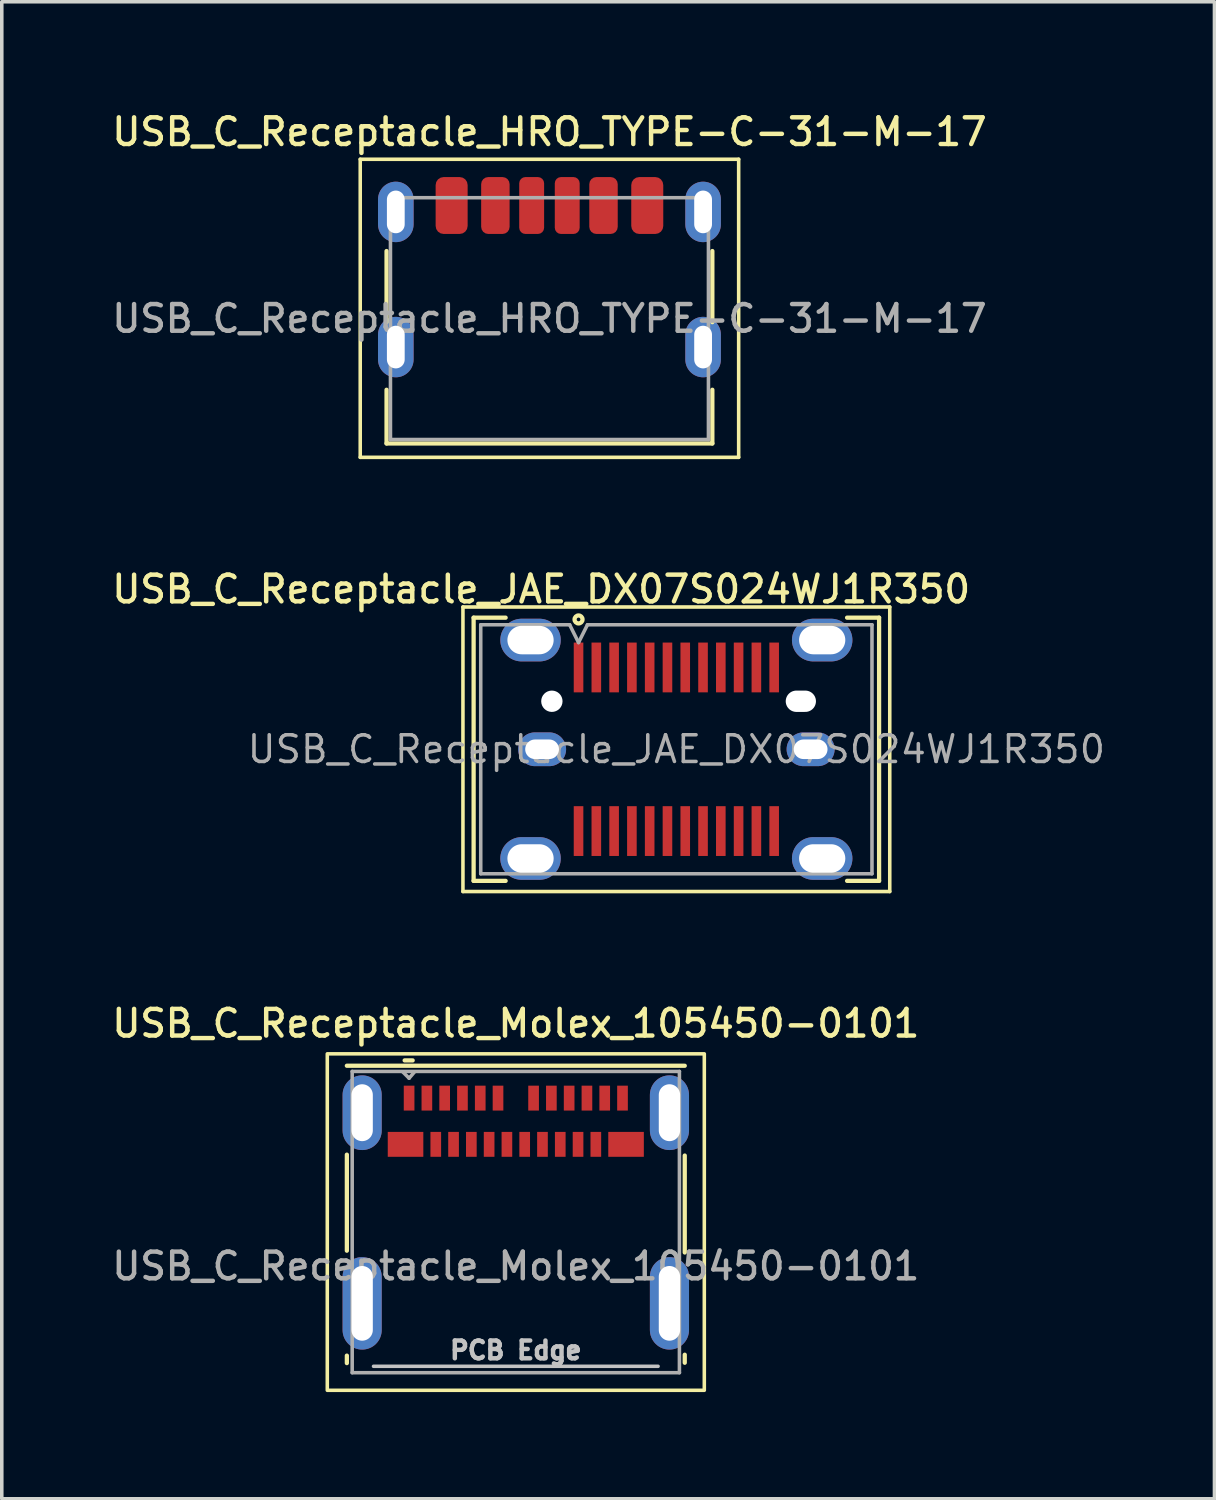
<source format=kicad_pcb>
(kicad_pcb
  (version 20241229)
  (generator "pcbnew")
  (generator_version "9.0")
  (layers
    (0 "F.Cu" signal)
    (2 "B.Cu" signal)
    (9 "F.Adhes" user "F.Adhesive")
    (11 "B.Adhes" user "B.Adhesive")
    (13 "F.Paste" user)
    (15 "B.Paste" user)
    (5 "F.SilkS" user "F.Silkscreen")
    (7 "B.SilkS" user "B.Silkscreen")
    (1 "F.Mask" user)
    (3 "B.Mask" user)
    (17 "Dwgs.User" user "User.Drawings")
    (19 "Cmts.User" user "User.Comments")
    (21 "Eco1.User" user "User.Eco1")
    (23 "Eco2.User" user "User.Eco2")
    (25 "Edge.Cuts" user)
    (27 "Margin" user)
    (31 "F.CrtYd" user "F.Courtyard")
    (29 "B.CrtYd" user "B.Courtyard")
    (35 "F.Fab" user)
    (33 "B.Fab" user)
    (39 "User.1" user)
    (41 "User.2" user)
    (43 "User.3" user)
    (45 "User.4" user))
  (footprint "USB_C_Receptacle_JAE_DX07S024WJ1R350"
    (layer "F.Cu")
    (at 15.966 18.016)
    (property "Reference" "USB_C_Receptacle_JAE_DX07S024WJ1R350" (at -3.8 -4.5 0) (layer "F.SilkS") (effects (font (size 0.75 0.75) (thickness 0.125))))
    (attr smd)
    (fp_line (start -6 -4) (end 6 -4) (stroke (width 0.1) (type solid)) (layer "F.SilkS"))
    (fp_line (start -6 4) (end -6 -4) (stroke (width 0.1) (type solid)) (layer "F.SilkS"))
    (fp_line (start -5.7 -3.7) (end -5.7 3.7) (stroke (width 0.12) (type solid)) (layer "F.SilkS"))
    (fp_line (start -5.7 -3.7) (end -4.8 -3.7) (stroke (width 0.12) (type solid)) (layer "F.SilkS"))
    (fp_line (start -5.7 3.7) (end -4.8 3.7) (stroke (width 0.12) (type solid)) (layer "F.SilkS"))
    (fp_line (start 4.8 -3.7) (end 5.7 -3.7) (stroke (width 0.12) (type solid)) (layer "F.SilkS"))
    (fp_line (start 4.8 3.7) (end 5.7 3.7) (stroke (width 0.12) (type solid)) (layer "F.SilkS"))
    (fp_line (start 5.7 -3.7) (end 5.7 3.7) (stroke (width 0.12) (type solid)) (layer "F.SilkS"))
    (fp_line (start 6 -4) (end 6 4) (stroke (width 0.1) (type solid)) (layer "F.SilkS"))
    (fp_line (start 6 4) (end -6 4) (stroke (width 0.1) (type solid)) (layer "F.SilkS"))
    (fp_circle (center -2.75 -3.65) (end -2.638 -3.65) (stroke (width 0.12) (type solid)) (fill no) (layer "F.SilkS"))
    (fp_line (start -5.5 -3.5) (end -3 -3.5) (stroke (width 0.1) (type solid)) (layer "F.Fab"))
    (fp_line (start -5.5 3.5) (end -5.5 -3.5) (stroke (width 0.1) (type solid)) (layer "F.Fab"))
    (fp_line (start -5.5 3.5) (end 5.5 3.5) (stroke (width 0.1) (type solid)) (layer "F.Fab"))
    (fp_line (start -3 -3.5) (end -2.75 -3) (stroke (width 0.1) (type solid)) (layer "F.Fab"))
    (fp_line (start -2.75 -3) (end -2.5 -3.5) (stroke (width 0.1) (type solid)) (layer "F.Fab"))
    (fp_line (start 5.5 -3.5) (end -2.5 -3.5) (stroke (width 0.1) (type solid)) (layer "F.Fab"))
    (fp_line (start 5.5 3.5) (end 5.5 -3.5) (stroke (width 0.1) (type solid)) (layer "F.Fab"))
    (fp_text user "${REFERENCE}" (at 0 0 0) (layer "F.Fab") (effects (font (size 0.75 0.75) (thickness 0.1))))
    (pad "" np_thru_hole circle (at -3.5 -1.35) (size 0.6 0.6) (drill 0.6) (layers "*.Cu" "*.Mask"))
    (pad "" np_thru_hole oval (at 3.5 -1.35) (size 0.85 0.6) (drill oval 0.85 0.6) (layers "*.Cu" "*.Mask"))
    (pad "A1" smd rect (at -2.75 -2.3) (size 0.27 1.4) (layers "F.Cu" "F.Mask" "F.Paste"))
    (pad "A2" smd rect (at -2.25 -2.3) (size 0.27 1.4) (layers "F.Cu" "F.Mask" "F.Paste"))
    (pad "A3" smd rect (at -1.75 -2.3) (size 0.27 1.4) (layers "F.Cu" "F.Mask" "F.Paste"))
    (pad "A4" smd rect (at -1.25 -2.3) (size 0.27 1.4) (layers "F.Cu" "F.Mask" "F.Paste"))
    (pad "A5" smd rect (at -0.75 -2.3) (size 0.27 1.4) (layers "F.Cu" "F.Mask" "F.Paste"))
    (pad "A6" smd rect (at -0.25 -2.3) (size 0.27 1.4) (layers "F.Cu" "F.Mask" "F.Paste"))
    (pad "A7" smd rect (at 0.25 -2.3) (size 0.27 1.4) (layers "F.Cu" "F.Mask" "F.Paste"))
    (pad "A8" smd rect (at 0.75 -2.3) (size 0.27 1.4) (layers "F.Cu" "F.Mask" "F.Paste"))
    (pad "A9" smd rect (at 1.25 -2.3) (size 0.27 1.4) (layers "F.Cu" "F.Mask" "F.Paste"))
    (pad "A10" smd rect (at 1.75 -2.3) (size 0.27 1.4) (layers "F.Cu" "F.Mask" "F.Paste"))
    (pad "A11" smd rect (at 2.25 -2.3) (size 0.27 1.4) (layers "F.Cu" "F.Mask" "F.Paste"))
    (pad "A12" smd rect (at 2.75 -2.3) (size 0.27 1.4) (layers "F.Cu" "F.Mask" "F.Paste"))
    (pad "B1" smd rect (at 2.75 2.3) (size 0.27 1.4) (layers "F.Cu" "F.Mask" "F.Paste"))
    (pad "B2" smd rect (at 2.25 2.3) (size 0.27 1.4) (layers "F.Cu" "F.Mask" "F.Paste"))
    (pad "B3" smd rect (at 1.75 2.3) (size 0.27 1.4) (layers "F.Cu" "F.Mask" "F.Paste"))
    (pad "B4" smd rect (at 1.25 2.3) (size 0.27 1.4) (layers "F.Cu" "F.Mask" "F.Paste"))
    (pad "B5" smd rect (at 0.75 2.3) (size 0.27 1.4) (layers "F.Cu" "F.Mask" "F.Paste"))
    (pad "B6" smd rect (at 0.25 2.3) (size 0.27 1.4) (layers "F.Cu" "F.Mask" "F.Paste"))
    (pad "B7" smd rect (at -0.25 2.3) (size 0.27 1.4) (layers "F.Cu" "F.Mask" "F.Paste"))
    (pad "B8" smd rect (at -0.75 2.3) (size 0.27 1.4) (layers "F.Cu" "F.Mask" "F.Paste"))
    (pad "B9" smd rect (at -1.25 2.3) (size 0.27 1.4) (layers "F.Cu" "F.Mask" "F.Paste"))
    (pad "B10" smd rect (at -1.75 2.3) (size 0.27 1.4) (layers "F.Cu" "F.Mask" "F.Paste"))
    (pad "B11" smd rect (at -2.25 2.3) (size 0.27 1.4) (layers "F.Cu" "F.Mask" "F.Paste"))
    (pad "B12" smd rect (at -2.75 2.3) (size 0.27 1.4) (layers "F.Cu" "F.Mask" "F.Paste"))
    (pad "S1" thru_hole oval (at -4.1 -3.07 90) (size 1.2 1.7) (drill oval 0.8 1.3) (layers "*.Cu" "*.Mask"))
    (pad "S1" thru_hole oval (at -4.1 3.07 90) (size 1.2 1.7) (drill oval 0.8 1.3) (layers "*.Cu" "*.Mask"))
    (pad "S1" thru_hole oval (at -3.775 0 90) (size 0.95 1.35) (drill oval 0.55 0.95) (layers "*.Cu" "*.Mask"))
    (pad "S1" thru_hole oval (at 3.775 0 90) (size 0.95 1.35) (drill oval 0.55 0.95) (layers "*.Cu" "*.Mask"))
    (pad "S1" thru_hole oval (at 4.1 -3.07 90) (size 1.2 1.7) (drill oval 0.8 1.3) (layers "*.Cu" "*.Mask"))
    (pad "S1" thru_hole oval (at 4.1 3.07 90) (size 1.2 1.7) (drill oval 0.8 1.3) (layers "*.Cu" "*.Mask")))
  (footprint "USB_C_Receptacle_HRO_TYPE-C-31-M-17"
    (layer "F.Cu")
    (at 12.398 5.908)
    (property "Reference" "USB_C_Receptacle_HRO_TYPE-C-31-M-17" (at 0 -5.25 0) (layer "F.SilkS") (effects (font (size 0.75 0.75) (thickness 0.125))))
    (attr smd)
    (fp_line (start -5.32 -4.48) (end -5.32 3.9) (stroke (width 0.1) (type solid)) (layer "F.SilkS"))
    (fp_line (start -5.32 -4.48) (end 5.32 -4.48) (stroke (width 0.1) (type solid)) (layer "F.SilkS"))
    (fp_line (start -5.32 3.9) (end 5.32 3.9) (stroke (width 0.1) (type solid)) (layer "F.SilkS"))
    (fp_line (start -4.58 -1.9) (end -4.58 0.1) (stroke (width 0.12) (type solid)) (layer "F.SilkS"))
    (fp_line (start -4.58 2) (end -4.58 3.51) (stroke (width 0.12) (type solid)) (layer "F.SilkS"))
    (fp_line (start -4.58 3.51) (end 4.58 3.51) (stroke (width 0.12) (type solid)) (layer "F.SilkS"))
    (fp_line (start 4.58 -1.9) (end 4.58 0.1) (stroke (width 0.12) (type solid)) (layer "F.SilkS"))
    (fp_line (start 4.58 2) (end 4.58 3.51) (stroke (width 0.12) (type solid)) (layer "F.SilkS"))
    (fp_line (start 5.32 -4.48) (end 5.32 3.9) (stroke (width 0.1) (type solid)) (layer "F.SilkS"))
    (fp_line (start -4.47 -3.4) (end -4.47 3.4) (stroke (width 0.1) (type solid)) (layer "F.Fab"))
    (fp_line (start -4.47 -3.4) (end 4.47 -3.4) (stroke (width 0.1) (type solid)) (layer "F.Fab"))
    (fp_line (start -4.47 3.4) (end 4.47 3.4) (stroke (width 0.1) (type solid)) (layer "F.Fab"))
    (fp_line (start 4.47 -3.4) (end 4.47 3.4) (stroke (width 0.1) (type solid)) (layer "F.Fab"))
    (fp_text user "${REFERENCE}" (at 0 0 0) (layer "F.Fab") (effects (font (size 0.75 0.75) (thickness 0.125))))
    (pad "A5" smd roundrect (at -0.5 -3.18) (size 0.7 1.6) (layers "F.Cu" "F.Mask" "F.Paste") (roundrect_rratio 0.25))
    (pad "A9" smd roundrect (at 1.52 -3.18) (size 0.8 1.6) (layers "F.Cu" "F.Mask" "F.Paste") (roundrect_rratio 0.25))
    (pad "A12" smd roundrect (at 2.75 -3.18) (size 0.9 1.6) (layers "F.Cu" "F.Mask" "F.Paste") (roundrect_rratio 0.25))
    (pad "B5" smd roundrect (at 0.5 -3.18) (size 0.7 1.6) (layers "F.Cu" "F.Mask" "F.Paste") (roundrect_rratio 0.25))
    (pad "B9" smd roundrect (at -1.52 -3.18) (size 0.8 1.6) (layers "F.Cu" "F.Mask" "F.Paste") (roundrect_rratio 0.25))
    (pad "B12" smd roundrect (at -2.75 -3.18) (size 0.9 1.6) (layers "F.Cu" "F.Mask" "F.Paste") (roundrect_rratio 0.25))
    (pad "S1" thru_hole oval (at -4.32 -3) (size 1 1.7) (drill oval 0.5 1.2) (layers "*.Cu" "*.Mask"))
    (pad "S1" thru_hole oval (at -4.32 0.8) (size 1 1.7) (drill oval 0.5 1.2) (layers "*.Cu" "*.Mask"))
    (pad "S1" thru_hole oval (at 4.32 -3) (size 1 1.7) (drill oval 0.5 1.2) (layers "*.Cu" "*.Mask"))
    (pad "S1" thru_hole oval (at 4.32 0.8) (size 1 1.7) (drill oval 0.5 1.2) (layers "*.Cu" "*.Mask")))
  (footprint "USB_C_Receptacle_Molex_105450-0101"
    (layer "F.Cu")
    (at 11.452 31.039)
    (property "Reference" "USB_C_Receptacle_Molex_105450-0101" (at 0 -5.315 0) (unlocked yes) (layer "F.SilkS") (effects (font (size 0.75 0.75) (thickness 0.125))))
    (attr smd)
    (fp_line (start -4.75 -4.125) (end 4.75 -4.125) (stroke (width 0.12) (type solid)) (layer "F.SilkS"))
    (fp_line (start -4.75 -1.625) (end -4.75 1.075) (stroke (width 0.12) (type solid)) (layer "F.SilkS"))
    (fp_line (start -4.75 4.235) (end -4.75 4.025) (stroke (width 0.12) (type solid)) (layer "F.SilkS"))
    (fp_line (start -3.125 -4.275) (end -2.9 -4.275) (stroke (width 0.12) (type solid)) (layer "F.SilkS"))
    (fp_line (start 4.75 1.125) (end 4.75 -1.6) (stroke (width 0.12) (type solid)) (layer "F.SilkS"))
    (fp_line (start 4.75 4.225) (end 4.75 4) (stroke (width 0.12) (type solid)) (layer "F.SilkS"))
    (fp_rect (start -5.3 -4.46) (end 5.3 5) (stroke (width 0.1) (type solid)) (fill no) (layer "F.SilkS"))
    (fp_line (start -4 4.325) (end 4 4.325) (stroke (width 0.1) (type solid)) (layer "Dwgs.User"))
    (fp_line (start -4.6 -3.965) (end -4.6 4.505) (stroke (width 0.1) (type solid)) (layer "F.Fab"))
    (fp_line (start -4.6 -3.965) (end 4.6 -3.965) (stroke (width 0.1) (type solid)) (layer "F.Fab"))
    (fp_line (start -4.6 4.505) (end 4.6 4.505) (stroke (width 0.1) (type solid)) (layer "F.Fab"))
    (fp_line (start -3.175 -3.95) (end -3 -3.775) (stroke (width 0.1) (type solid)) (layer "F.Fab"))
    (fp_line (start -3 -3.775) (end -2.85 -3.95) (stroke (width 0.1) (type solid)) (layer "F.Fab"))
    (fp_line (start 4.6 4.505) (end 4.6 -3.965) (stroke (width 0.1) (type solid)) (layer "F.Fab"))
    (fp_text user "PCB Edge" (at 0 3.875 0) (unlocked yes) (layer "Dwgs.User") (effects (font (size 0.5 0.5) (thickness 0.125))))
    (fp_text user "${REFERENCE}" (at 0 1.51 0) (unlocked yes) (layer "F.Fab") (effects (font (size 0.75 0.75) (thickness 0.125))))
    (pad "A1" smd rect (at -3 -3.215) (size 0.3 0.7) (layers "F.Cu" "F.Mask" "F.Paste"))
    (pad "A2" smd rect (at -2.5 -3.215) (size 0.3 0.7) (layers "F.Cu" "F.Mask" "F.Paste"))
    (pad "A3" smd rect (at -2 -3.215) (size 0.3 0.7) (layers "F.Cu" "F.Mask" "F.Paste"))
    (pad "A4" smd rect (at -1.5 -3.215) (size 0.3 0.7) (layers "F.Cu" "F.Mask" "F.Paste"))
    (pad "A5" smd rect (at -1 -3.215) (size 0.3 0.7) (layers "F.Cu" "F.Mask" "F.Paste"))
    (pad "A6" smd rect (at -0.5 -3.215) (size 0.3 0.7) (layers "F.Cu" "F.Mask" "F.Paste"))
    (pad "A7" smd rect (at 0.5 -3.215) (size 0.3 0.7) (layers "F.Cu" "F.Mask" "F.Paste"))
    (pad "A8" smd rect (at 1 -3.215) (size 0.3 0.7) (layers "F.Cu" "F.Mask" "F.Paste"))
    (pad "A9" smd rect (at 1.5 -3.215) (size 0.3 0.7) (layers "F.Cu" "F.Mask" "F.Paste"))
    (pad "A10" smd rect (at 2 -3.215) (size 0.3 0.7) (layers "F.Cu" "F.Mask" "F.Paste"))
    (pad "A11" smd rect (at 2.5 -3.215) (size 0.3 0.7) (layers "F.Cu" "F.Mask" "F.Paste"))
    (pad "A12" smd rect (at 3 -3.215) (size 0.3 0.7) (layers "F.Cu" "F.Mask" "F.Paste"))
    (pad "B1" smd rect (at 3.1 -1.915) (size 1 0.7) (layers "F.Cu" "F.Mask" "F.Paste"))
    (pad "B2" smd rect (at 2.25 -1.915) (size 0.3 0.7) (layers "F.Cu" "F.Mask" "F.Paste"))
    (pad "B3" smd rect (at 1.75 -1.915) (size 0.3 0.7) (layers "F.Cu" "F.Mask" "F.Paste"))
    (pad "B4" smd rect (at 1.25 -1.915) (size 0.3 0.7) (layers "F.Cu" "F.Mask" "F.Paste"))
    (pad "B5" smd rect (at 0.75 -1.915) (size 0.3 0.7) (layers "F.Cu" "F.Mask" "F.Paste"))
    (pad "B6" smd rect (at 0.25 -1.915) (size 0.3 0.7) (layers "F.Cu" "F.Mask" "F.Paste"))
    (pad "B7" smd rect (at -0.25 -1.915) (size 0.3 0.7) (layers "F.Cu" "F.Mask" "F.Paste"))
    (pad "B8" smd rect (at -0.75 -1.915) (size 0.3 0.7) (layers "F.Cu" "F.Mask" "F.Paste"))
    (pad "B9" smd rect (at -1.25 -1.915) (size 0.3 0.7) (layers "F.Cu" "F.Mask" "F.Paste"))
    (pad "B10" smd rect (at -1.75 -1.915) (size 0.3 0.7) (layers "F.Cu" "F.Mask" "F.Paste"))
    (pad "B11" smd rect (at -2.25 -1.915) (size 0.3 0.7) (layers "F.Cu" "F.Mask" "F.Paste"))
    (pad "B12" smd rect (at -3.1 -1.915) (size 1 0.7) (layers "F.Cu" "F.Mask" "F.Paste"))
    (pad "S1" thru_hole oval (at -4.32 -2.805) (size 1.1 2.1) (drill oval 0.6 1.6) (layers "*.Cu" "*.Mask"))
    (pad "S1" thru_hole oval (at -4.32 2.555) (size 1.1 2.6) (drill oval 0.6 2.1) (layers "*.Cu" "*.Mask"))
    (pad "S1" thru_hole oval (at 4.32 -2.805) (size 1.1 2.1) (drill oval 0.6 1.6) (layers "*.Cu" "*.Mask"))
    (pad "S1" thru_hole oval (at 4.32 2.555) (size 1.1 2.6) (drill oval 0.6 2.1) (layers "*.Cu" "*.Mask"))
    (zone (net_name "") (layers "F.Cu" "Dwgs.User") (hatch full 0.508) (connect_pads) (min_thickness 0.254) (filled_areas_thickness no) (keepout (tracks not_allowed) (vias not_allowed) (pads not_allowed) (copperpour not_allowed) (footprints not_allowed)) (placement (enabled no)) (fill) (polygon (pts (xy 14.952 35.364) (xy 7.952 35.364) (xy 7.952 29.734) (xy 14.952 29.734)))))
  (gr_rect
    (start -3 -3)
    (end 31.095 39.089)
    (stroke (width 0.1) (type default))
    (fill no)
    (layer "Edge.Cuts")))
</source>
